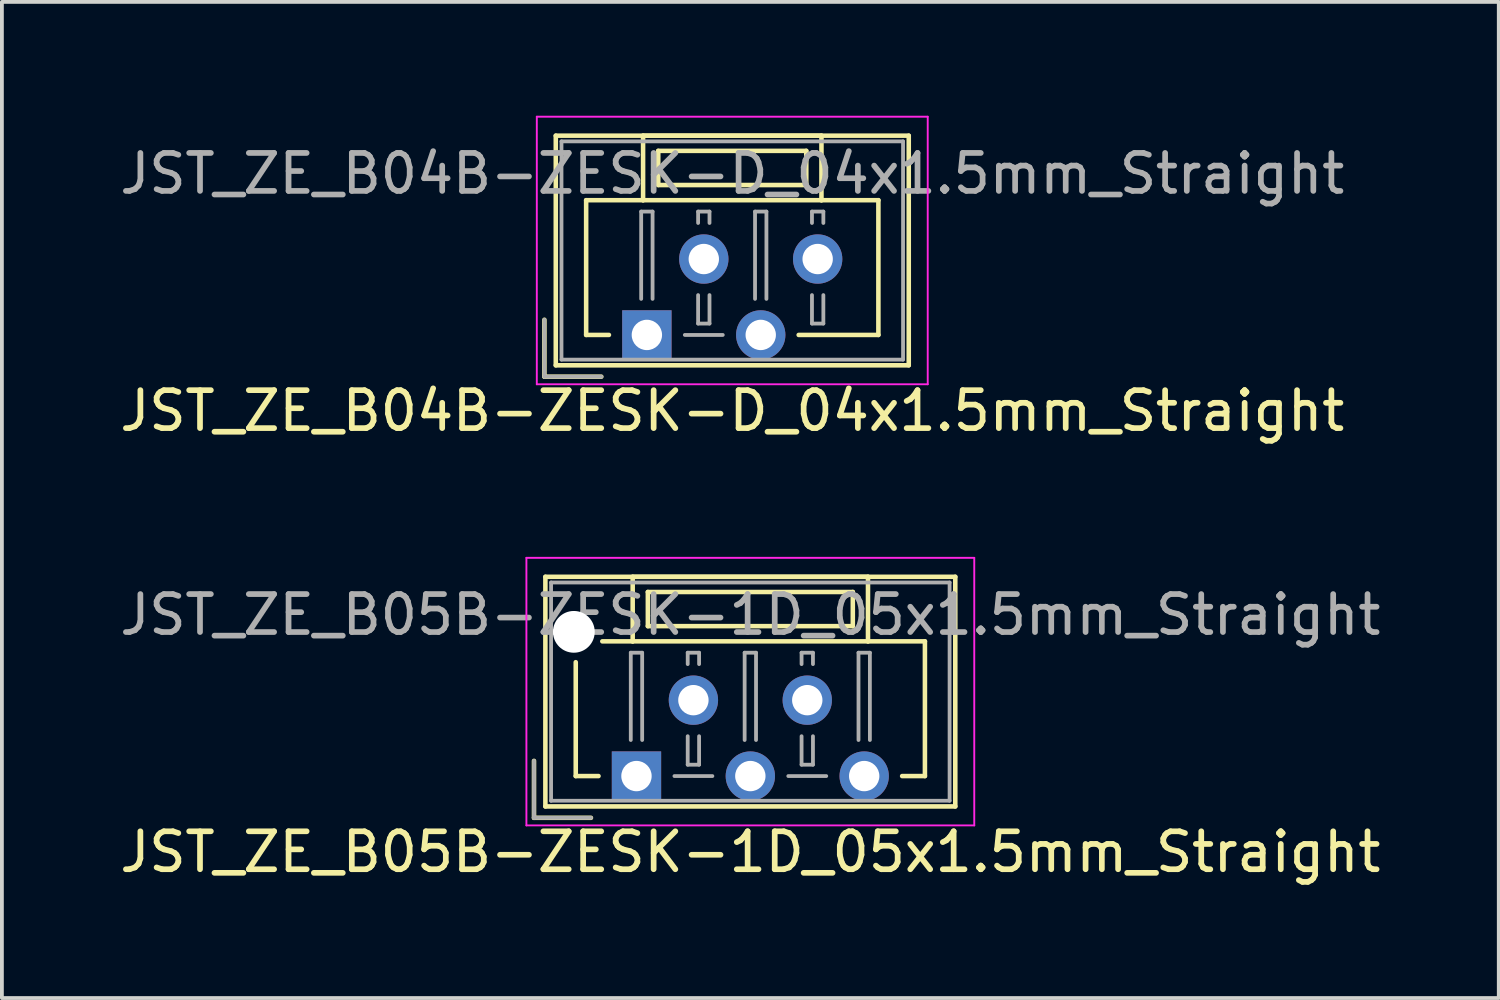
<source format=kicad_pcb>
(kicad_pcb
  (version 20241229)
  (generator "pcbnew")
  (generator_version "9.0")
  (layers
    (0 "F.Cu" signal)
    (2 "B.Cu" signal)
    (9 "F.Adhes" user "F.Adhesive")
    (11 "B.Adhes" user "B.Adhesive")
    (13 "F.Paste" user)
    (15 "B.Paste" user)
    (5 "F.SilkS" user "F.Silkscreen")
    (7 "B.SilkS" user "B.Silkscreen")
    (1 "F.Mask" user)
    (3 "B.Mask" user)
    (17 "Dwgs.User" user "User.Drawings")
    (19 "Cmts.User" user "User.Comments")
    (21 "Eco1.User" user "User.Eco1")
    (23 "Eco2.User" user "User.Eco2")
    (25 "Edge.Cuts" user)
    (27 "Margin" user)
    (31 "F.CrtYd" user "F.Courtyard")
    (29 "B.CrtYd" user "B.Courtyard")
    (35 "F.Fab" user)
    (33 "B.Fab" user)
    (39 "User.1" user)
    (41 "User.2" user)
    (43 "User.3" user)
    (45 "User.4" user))
  (footprint "JST_ZE_B04B-ZESK-D_04x1.5mm_Straight"
    (layer "F.Cu")
    (at 13.994 5.775)
    (property "Reference" "JST_ZE_B04B-ZESK-D_04x1.5mm_Straight" (at 2.25 2 0) (layer "F.SilkS") (effects (font (size 1 1) (thickness 0.15))))
    (attr through_hole)
    (fp_line (start -2.7 -0.4) (end -2.7 1.1) (stroke (width 0.12) (type solid)) (layer "F.SilkS"))
    (fp_line (start -2.7 1.1) (end -1.2 1.1) (stroke (width 0.12) (type solid)) (layer "F.SilkS"))
    (fp_line (start -2.4 -5.25) (end -2.4 0.8) (stroke (width 0.12) (type solid)) (layer "F.SilkS"))
    (fp_line (start -2.4 0.8) (end 6.9 0.8) (stroke (width 0.12) (type solid)) (layer "F.SilkS"))
    (fp_line (start -1.6 -3.55) (end -1.6 0) (stroke (width 0.12) (type solid)) (layer "F.SilkS"))
    (fp_line (start -1.6 0) (end -1 0) (stroke (width 0.12) (type solid)) (layer "F.SilkS"))
    (fp_line (start -0.1 -5.25) (end -0.1 -3.55) (stroke (width 0.12) (type solid)) (layer "F.SilkS"))
    (fp_line (start -0.1 -3.55) (end -1.6 -3.55) (stroke (width 0.12) (type solid)) (layer "F.SilkS"))
    (fp_line (start -0.1 -3.55) (end 4.6 -3.55) (stroke (width 0.12) (type solid)) (layer "F.SilkS"))
    (fp_line (start 0.3 -4.85) (end 0.3 -3.95) (stroke (width 0.12) (type solid)) (layer "F.SilkS"))
    (fp_line (start 0.3 -3.95) (end 4.2 -3.95) (stroke (width 0.12) (type solid)) (layer "F.SilkS"))
    (fp_line (start 4.2 -4.85) (end 0.3 -4.85) (stroke (width 0.12) (type solid)) (layer "F.SilkS"))
    (fp_line (start 4.2 -3.95) (end 4.2 -4.85) (stroke (width 0.12) (type solid)) (layer "F.SilkS"))
    (fp_line (start 4.6 -5.25) (end -0.1 -5.25) (stroke (width 0.12) (type solid)) (layer "F.SilkS"))
    (fp_line (start 4.6 -3.55) (end 4.6 -5.25) (stroke (width 0.12) (type solid)) (layer "F.SilkS"))
    (fp_line (start 4.6 -3.55) (end 6.1 -3.55) (stroke (width 0.12) (type solid)) (layer "F.SilkS"))
    (fp_line (start 6.1 -3.55) (end 6.1 0) (stroke (width 0.12) (type solid)) (layer "F.SilkS"))
    (fp_line (start 6.1 0) (end 4 0) (stroke (width 0.12) (type solid)) (layer "F.SilkS"))
    (fp_line (start 6.9 -5.25) (end -2.4 -5.25) (stroke (width 0.12) (type solid)) (layer "F.SilkS"))
    (fp_line (start 6.9 0.8) (end 6.9 -5.25) (stroke (width 0.12) (type solid)) (layer "F.SilkS"))
    (fp_line (start -2.9 -5.75) (end -2.9 1.3) (stroke (width 0.05) (type solid)) (layer "F.CrtYd"))
    (fp_line (start -2.9 1.3) (end 7.4 1.3) (stroke (width 0.05) (type solid)) (layer "F.CrtYd"))
    (fp_line (start 7.4 -5.75) (end -2.9 -5.75) (stroke (width 0.05) (type solid)) (layer "F.CrtYd"))
    (fp_line (start 7.4 1.3) (end 7.4 -5.75) (stroke (width 0.05) (type solid)) (layer "F.CrtYd"))
    (fp_line (start -2.7 -0.4) (end -2.7 1.1) (stroke (width 0.1) (type solid)) (layer "F.Fab"))
    (fp_line (start -2.7 1.1) (end -1.2 1.1) (stroke (width 0.1) (type solid)) (layer "F.Fab"))
    (fp_line (start -2.25 -5.1) (end -2.25 0.65) (stroke (width 0.1) (type solid)) (layer "F.Fab"))
    (fp_line (start -2.25 0.65) (end 6.75 0.65) (stroke (width 0.1) (type solid)) (layer "F.Fab"))
    (fp_line (start -0.15 -3.25) (end 0.15 -3.25) (stroke (width 0.1) (type solid)) (layer "F.Fab"))
    (fp_line (start -0.15 -0.95) (end -0.15 -3.25) (stroke (width 0.1) (type solid)) (layer "F.Fab"))
    (fp_line (start 0.15 -3.25) (end 0.15 -0.95) (stroke (width 0.1) (type solid)) (layer "F.Fab"))
    (fp_line (start 1 0) (end 2 0) (stroke (width 0.1) (type solid)) (layer "F.Fab"))
    (fp_line (start 1.35 -3.25) (end 1.65 -3.25) (stroke (width 0.1) (type solid)) (layer "F.Fab"))
    (fp_line (start 1.35 -2.95) (end 1.35 -3.25) (stroke (width 0.1) (type solid)) (layer "F.Fab"))
    (fp_line (start 1.35 -1.05) (end 1.35 -0.3) (stroke (width 0.1) (type solid)) (layer "F.Fab"))
    (fp_line (start 1.35 -0.3) (end 1.65 -0.3) (stroke (width 0.1) (type solid)) (layer "F.Fab"))
    (fp_line (start 1.65 -3.25) (end 1.65 -2.95) (stroke (width 0.1) (type solid)) (layer "F.Fab"))
    (fp_line (start 1.65 -0.3) (end 1.65 -1.05) (stroke (width 0.1) (type solid)) (layer "F.Fab"))
    (fp_line (start 2.85 -3.25) (end 3.15 -3.25) (stroke (width 0.1) (type solid)) (layer "F.Fab"))
    (fp_line (start 2.85 -0.95) (end 2.85 -3.25) (stroke (width 0.1) (type solid)) (layer "F.Fab"))
    (fp_line (start 3.15 -3.25) (end 3.15 -0.95) (stroke (width 0.1) (type solid)) (layer "F.Fab"))
    (fp_line (start 4.35 -3.25) (end 4.65 -3.25) (stroke (width 0.1) (type solid)) (layer "F.Fab"))
    (fp_line (start 4.35 -2.95) (end 4.35 -3.25) (stroke (width 0.1) (type solid)) (layer "F.Fab"))
    (fp_line (start 4.35 -1.05) (end 4.35 -0.3) (stroke (width 0.1) (type solid)) (layer "F.Fab"))
    (fp_line (start 4.35 -0.3) (end 4.65 -0.3) (stroke (width 0.1) (type solid)) (layer "F.Fab"))
    (fp_line (start 4.65 -3.25) (end 4.65 -2.95) (stroke (width 0.1) (type solid)) (layer "F.Fab"))
    (fp_line (start 4.65 -0.3) (end 4.65 -1.05) (stroke (width 0.1) (type solid)) (layer "F.Fab"))
    (fp_line (start 6.75 -5.1) (end -2.25 -5.1) (stroke (width 0.1) (type solid)) (layer "F.Fab"))
    (fp_line (start 6.75 0.65) (end 6.75 -5.1) (stroke (width 0.1) (type solid)) (layer "F.Fab"))
    (fp_text user "${REFERENCE}" (at 2.25 -4.25 0) (layer "F.Fab") (effects (font (size 1 1) (thickness 0.15))))
    (pad "1" thru_hole rect (at 0 0) (size 1.3 1.3) (drill 0.8) (layers "*.Cu" "*.Mask"))
    (pad "2" thru_hole circle (at 1.5 -2) (size 1.3 1.3) (drill 0.8) (layers "*.Cu" "*.Mask"))
    (pad "3" thru_hole circle (at 3 0) (size 1.3 1.3) (drill 0.8) (layers "*.Cu" "*.Mask"))
    (pad "4" thru_hole circle (at 4.5 -2) (size 1.3 1.3) (drill 0.8) (layers "*.Cu" "*.Mask")))
  (footprint "JST_ZE_B05B-ZESK-1D_05x1.5mm_Straight"
    (layer "F.Cu")
    (at 13.72 17.398)
    (property "Reference" "JST_ZE_B05B-ZESK-1D_05x1.5mm_Straight" (at 3 2 0) (layer "F.SilkS") (effects (font (size 1 1) (thickness 0.15))))
    (attr through_hole)
    (fp_line (start -2.7 -0.4) (end -2.7 1.1) (stroke (width 0.12) (type solid)) (layer "F.SilkS"))
    (fp_line (start -2.7 1.1) (end -1.2 1.1) (stroke (width 0.12) (type solid)) (layer "F.SilkS"))
    (fp_line (start -2.4 -5.25) (end -2.4 0.8) (stroke (width 0.12) (type solid)) (layer "F.SilkS"))
    (fp_line (start -2.4 0.8) (end 8.4 0.8) (stroke (width 0.12) (type solid)) (layer "F.SilkS"))
    (fp_line (start -1.6 -3) (end -1.6 0) (stroke (width 0.12) (type solid)) (layer "F.SilkS"))
    (fp_line (start -1.6 0) (end -1 0) (stroke (width 0.12) (type solid)) (layer "F.SilkS"))
    (fp_line (start -0.1 -5.25) (end -0.1 -3.55) (stroke (width 0.12) (type solid)) (layer "F.SilkS"))
    (fp_line (start -0.1 -3.55) (end -0.9 -3.55) (stroke (width 0.12) (type solid)) (layer "F.SilkS"))
    (fp_line (start -0.1 -3.55) (end 6.1 -3.55) (stroke (width 0.12) (type solid)) (layer "F.SilkS"))
    (fp_line (start 0.3 -4.85) (end 0.3 -3.95) (stroke (width 0.12) (type solid)) (layer "F.SilkS"))
    (fp_line (start 0.3 -3.95) (end 5.7 -3.95) (stroke (width 0.12) (type solid)) (layer "F.SilkS"))
    (fp_line (start 5.7 -4.85) (end 0.3 -4.85) (stroke (width 0.12) (type solid)) (layer "F.SilkS"))
    (fp_line (start 5.7 -3.95) (end 5.7 -4.85) (stroke (width 0.12) (type solid)) (layer "F.SilkS"))
    (fp_line (start 6.1 -5.25) (end -0.1 -5.25) (stroke (width 0.12) (type solid)) (layer "F.SilkS"))
    (fp_line (start 6.1 -3.55) (end 6.1 -5.25) (stroke (width 0.12) (type solid)) (layer "F.SilkS"))
    (fp_line (start 6.1 -3.55) (end 7.6 -3.55) (stroke (width 0.12) (type solid)) (layer "F.SilkS"))
    (fp_line (start 7.6 -3.55) (end 7.6 0) (stroke (width 0.12) (type solid)) (layer "F.SilkS"))
    (fp_line (start 7.6 0) (end 7 0) (stroke (width 0.12) (type solid)) (layer "F.SilkS"))
    (fp_line (start 8.4 -5.25) (end -2.4 -5.25) (stroke (width 0.12) (type solid)) (layer "F.SilkS"))
    (fp_line (start 8.4 0.8) (end 8.4 -5.25) (stroke (width 0.12) (type solid)) (layer "F.SilkS"))
    (fp_line (start -2.9 -5.75) (end -2.9 1.3) (stroke (width 0.05) (type solid)) (layer "F.CrtYd"))
    (fp_line (start -2.9 1.3) (end 8.9 1.3) (stroke (width 0.05) (type solid)) (layer "F.CrtYd"))
    (fp_line (start 8.9 -5.75) (end -2.9 -5.75) (stroke (width 0.05) (type solid)) (layer "F.CrtYd"))
    (fp_line (start 8.9 1.3) (end 8.9 -5.75) (stroke (width 0.05) (type solid)) (layer "F.CrtYd"))
    (fp_line (start -2.7 -0.4) (end -2.7 1.1) (stroke (width 0.1) (type solid)) (layer "F.Fab"))
    (fp_line (start -2.7 1.1) (end -1.2 1.1) (stroke (width 0.1) (type solid)) (layer "F.Fab"))
    (fp_line (start -2.25 -5.1) (end -2.25 0.65) (stroke (width 0.1) (type solid)) (layer "F.Fab"))
    (fp_line (start -2.25 0.65) (end 8.25 0.65) (stroke (width 0.1) (type solid)) (layer "F.Fab"))
    (fp_line (start -0.15 -3.25) (end 0.15 -3.25) (stroke (width 0.1) (type solid)) (layer "F.Fab"))
    (fp_line (start -0.15 -0.95) (end -0.15 -3.25) (stroke (width 0.1) (type solid)) (layer "F.Fab"))
    (fp_line (start 0.15 -3.25) (end 0.15 -0.95) (stroke (width 0.1) (type solid)) (layer "F.Fab"))
    (fp_line (start 1 0) (end 2 0) (stroke (width 0.1) (type solid)) (layer "F.Fab"))
    (fp_line (start 1.35 -3.25) (end 1.65 -3.25) (stroke (width 0.1) (type solid)) (layer "F.Fab"))
    (fp_line (start 1.35 -2.95) (end 1.35 -3.25) (stroke (width 0.1) (type solid)) (layer "F.Fab"))
    (fp_line (start 1.35 -1.05) (end 1.35 -0.3) (stroke (width 0.1) (type solid)) (layer "F.Fab"))
    (fp_line (start 1.35 -0.3) (end 1.65 -0.3) (stroke (width 0.1) (type solid)) (layer "F.Fab"))
    (fp_line (start 1.65 -3.25) (end 1.65 -2.95) (stroke (width 0.1) (type solid)) (layer "F.Fab"))
    (fp_line (start 1.65 -0.3) (end 1.65 -1.05) (stroke (width 0.1) (type solid)) (layer "F.Fab"))
    (fp_line (start 2.85 -3.25) (end 3.15 -3.25) (stroke (width 0.1) (type solid)) (layer "F.Fab"))
    (fp_line (start 2.85 -0.95) (end 2.85 -3.25) (stroke (width 0.1) (type solid)) (layer "F.Fab"))
    (fp_line (start 3.15 -3.25) (end 3.15 -0.95) (stroke (width 0.1) (type solid)) (layer "F.Fab"))
    (fp_line (start 4 0) (end 5 0) (stroke (width 0.1) (type solid)) (layer "F.Fab"))
    (fp_line (start 4.35 -3.25) (end 4.65 -3.25) (stroke (width 0.1) (type solid)) (layer "F.Fab"))
    (fp_line (start 4.35 -2.95) (end 4.35 -3.25) (stroke (width 0.1) (type solid)) (layer "F.Fab"))
    (fp_line (start 4.35 -1.05) (end 4.35 -0.3) (stroke (width 0.1) (type solid)) (layer "F.Fab"))
    (fp_line (start 4.35 -0.3) (end 4.65 -0.3) (stroke (width 0.1) (type solid)) (layer "F.Fab"))
    (fp_line (start 4.65 -3.25) (end 4.65 -2.95) (stroke (width 0.1) (type solid)) (layer "F.Fab"))
    (fp_line (start 4.65 -0.3) (end 4.65 -1.05) (stroke (width 0.1) (type solid)) (layer "F.Fab"))
    (fp_line (start 5.85 -3.25) (end 6.15 -3.25) (stroke (width 0.1) (type solid)) (layer "F.Fab"))
    (fp_line (start 5.85 -0.95) (end 5.85 -3.25) (stroke (width 0.1) (type solid)) (layer "F.Fab"))
    (fp_line (start 6.15 -3.25) (end 6.15 -0.95) (stroke (width 0.1) (type solid)) (layer "F.Fab"))
    (fp_line (start 8.25 -5.1) (end -2.25 -5.1) (stroke (width 0.1) (type solid)) (layer "F.Fab"))
    (fp_line (start 8.25 0.65) (end 8.25 -5.1) (stroke (width 0.1) (type solid)) (layer "F.Fab"))
    (fp_text user "${REFERENCE}" (at 3 -4.25 0) (layer "F.Fab") (effects (font (size 1 1) (thickness 0.15))))
    (pad "" np_thru_hole circle (at -1.65 -3.8) (size 1.1 1.1) (drill 1.1) (layers "*.Cu"))
    (pad "1" thru_hole rect (at 0 0) (size 1.3 1.3) (drill 0.8) (layers "*.Cu" "*.Mask"))
    (pad "2" thru_hole circle (at 1.5 -2) (size 1.3 1.3) (drill 0.8) (layers "*.Cu" "*.Mask"))
    (pad "3" thru_hole circle (at 3 0) (size 1.3 1.3) (drill 0.8) (layers "*.Cu" "*.Mask"))
    (pad "4" thru_hole circle (at 4.5 -2) (size 1.3 1.3) (drill 0.8) (layers "*.Cu" "*.Mask"))
    (pad "5" thru_hole circle (at 6 0) (size 1.3 1.3) (drill 0.8) (layers "*.Cu" "*.Mask")))
  (gr_rect
    (start -3 -3)
    (end 36.44 23.247)
    (stroke (width 0.1) (type default))
    (fill no)
    (layer "Edge.Cuts")))
</source>
